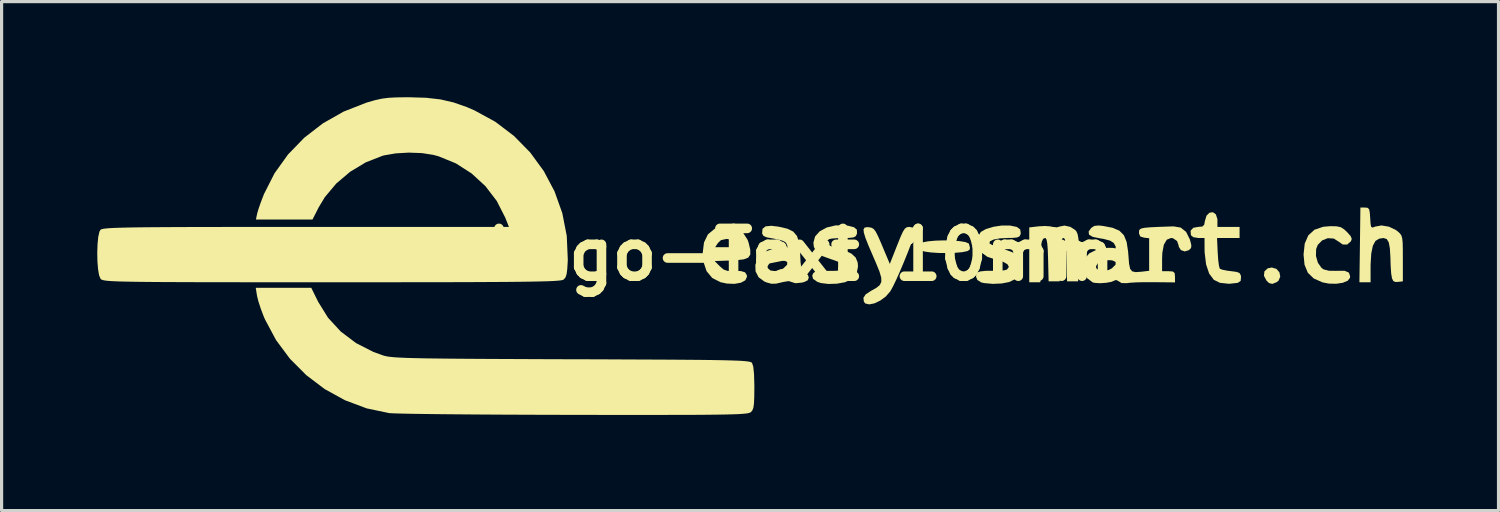
<source format=kicad_pcb>
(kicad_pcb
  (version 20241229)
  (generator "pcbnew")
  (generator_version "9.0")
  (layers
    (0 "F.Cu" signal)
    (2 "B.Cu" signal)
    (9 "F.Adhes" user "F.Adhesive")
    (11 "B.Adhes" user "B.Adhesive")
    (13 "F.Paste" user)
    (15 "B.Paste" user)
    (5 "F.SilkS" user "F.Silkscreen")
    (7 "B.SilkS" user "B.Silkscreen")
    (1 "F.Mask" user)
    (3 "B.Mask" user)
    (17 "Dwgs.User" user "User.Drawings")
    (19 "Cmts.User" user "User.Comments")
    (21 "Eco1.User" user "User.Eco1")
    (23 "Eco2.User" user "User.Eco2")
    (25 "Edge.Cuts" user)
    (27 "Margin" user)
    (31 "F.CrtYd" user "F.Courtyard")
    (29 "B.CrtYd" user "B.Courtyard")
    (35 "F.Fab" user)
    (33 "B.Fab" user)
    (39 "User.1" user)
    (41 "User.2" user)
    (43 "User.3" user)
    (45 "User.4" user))
  (footprint "e-Logo-Text 10mm"
    (layer "F.Cu")
    (at 20.491 4.934)
    (property "Reference" "e-Logo-Text 10mm" (at 0 0 0) (layer "F.SilkS") (effects (font (size 1.5 1.5) (thickness 0.3))))
    (attr board_only exclude_from_pos_files exclude_from_bom)
    (fp_poly (pts (xy 16.49 0.449) (xy 16.582 0.556) (xy 16.608 0.69) (xy 16.558 0.814) (xy 16.494 0.866) (xy 16.357 0.92) (xy 16.256 0.892) (xy 16.18 0.82) (xy 16.097 0.667) (xy 16.112 0.527) (xy 16.214 0.431) (xy 16.345 0.405)) (stroke (width 0) (type solid)) (fill yes) (layer "F.SilkS"))
    (fp_poly (pts (xy 6.317 -0.44) (xy 6.555 -0.422) (xy 6.738 -0.392) (xy 6.838 -0.348) (xy 6.845 -0.341) (xy 6.878 -0.214) (xy 6.867 -0.153) (xy 6.795 -0.108) (xy 6.635 -0.076) (xy 6.413 -0.056) (xy 6.158 -0.048) (xy 5.896 -0.051) (xy 5.654 -0.067) (xy 5.458 -0.094) (xy 5.338 -0.134) (xy 5.319 -0.149) (xy 5.274 -0.261) (xy 5.304 -0.338) (xy 5.389 -0.383) (xy 5.562 -0.416) (xy 5.793 -0.437) (xy 6.054 -0.445)) (stroke (width 0) (type solid)) (fill yes) (layer "F.SilkS"))
    (fp_poly (pts (xy 18.373 -0.887) (xy 18.506 -0.859) (xy 18.614 -0.79) (xy 18.702 -0.708) (xy 18.816 -0.58) (xy 18.851 -0.492) (xy 18.826 -0.419) (xy 18.707 -0.314) (xy 18.566 -0.317) (xy 18.449 -0.4) (xy 18.286 -0.503) (xy 18.099 -0.514) (xy 17.921 -0.444) (xy 17.785 -0.304) (xy 17.734 -0.174) (xy 17.728 0.044) (xy 17.789 0.256) (xy 17.903 0.418) (xy 17.963 0.462) (xy 18.133 0.507) (xy 18.371 0.51) (xy 18.395 0.508) (xy 18.626 0.508) (xy 18.759 0.564) (xy 18.8 0.678) (xy 18.794 0.732) (xy 18.723 0.821) (xy 18.569 0.884) (xy 18.362 0.915) (xy 18.133 0.91) (xy 17.933 0.871) (xy 17.658 0.749) (xy 17.473 0.569) (xy 17.37 0.319) (xy 17.339 0) (xy 17.376 -0.345) (xy 17.489 -0.604) (xy 17.681 -0.779) (xy 17.954 -0.872) (xy 18.171 -0.891)) (stroke (width 0) (type solid)) (fill yes) (layer "F.SilkS"))
    (fp_poly (pts (xy 19.349 -1.467) (xy 19.395 -1.421) (xy 19.417 -1.312) (xy 19.429 -1.145) (xy 19.441 -0.96) (xy 19.461 -0.869) (xy 19.502 -0.847) (xy 19.576 -0.874) (xy 19.584 -0.878) (xy 19.784 -0.914) (xy 20.017 -0.875) (xy 20.236 -0.77) (xy 20.294 -0.726) (xy 20.36 -0.665) (xy 20.405 -0.603) (xy 20.432 -0.516) (xy 20.447 -0.382) (xy 20.452 -0.179) (xy 20.453 0.117) (xy 20.453 0.125) (xy 20.453 0.839) (xy 20.296 0.857) (xy 20.211 0.858) (xy 20.151 0.825) (xy 20.112 0.742) (xy 20.087 0.591) (xy 20.071 0.355) (xy 20.063 0.093) (xy 20.046 -0.195) (xy 20.011 -0.384) (xy 19.948 -0.487) (xy 19.848 -0.519) (xy 19.712 -0.5) (xy 19.595 -0.429) (xy 19.513 -0.278) (xy 19.463 -0.038) (xy 19.442 0.303) (xy 19.441 0.419) (xy 19.441 0.868) (xy 19.266 0.868) (xy 19.091 0.868) (xy 19.107 -0.304) (xy 19.122 -1.475) (xy 19.267 -1.475)) (stroke (width 0) (type solid)) (fill yes) (layer "F.SilkS"))
    (fp_poly (pts (xy -0.457 -0.844) (xy -0.242 -0.693) (xy -0.093 -0.458) (xy -0.063 -0.369) (xy -0.012 -0.15) (xy -0.011 0.000147) (xy -0.076 0.096) (xy -0.219 0.15) (xy -0.456 0.177) (xy -0.639 0.186) (xy -1.128 0.203) (xy -0.968 0.366) (xy -0.847 0.469) (xy -0.722 0.512) (xy -0.539 0.515) (xy -0.531 0.514) (xy -0.307 0.516) (xy -0.177 0.556) (xy -0.121 0.641) (xy -0.116 0.699) (xy -0.168 0.807) (xy -0.306 0.882) (xy -0.506 0.918) (xy -0.743 0.909) (xy -0.946 0.866) (xy -1.204 0.735) (xy -1.383 0.519) (xy -1.483 0.221) (xy -1.504 -0.046) (xy -1.482 -0.231) (xy -1.113 -0.231) (xy -0.752 -0.231) (xy -0.391 -0.231) (xy -0.477 -0.362) (xy -0.604 -0.468) (xy -0.752 -0.492) (xy -0.931 -0.453) (xy -1.027 -0.362) (xy -1.113 -0.231) (xy -1.482 -0.231) (xy -1.463 -0.381) (xy -1.341 -0.633) (xy -1.136 -0.804) (xy -1.017 -0.855) (xy -0.721 -0.901)) (stroke (width 0) (type solid)) (fill yes) (layer "F.SilkS"))
    (fp_poly (pts (xy 14.589 -1.262) (xy 14.637 -1.113) (xy 14.638 -1.072) (xy 14.638 -0.868) (xy 14.985 -0.868) (xy 15.333 -0.868) (xy 15.333 -0.694) (xy 15.333 -0.521) (xy 14.979 -0.521) (xy 14.626 -0.521) (xy 14.647 -0.062) (xy 14.662 0.159) (xy 14.684 0.335) (xy 14.709 0.434) (xy 14.714 0.443) (xy 14.795 0.475) (xy 14.949 0.505) (xy 15.061 0.519) (xy 15.239 0.543) (xy 15.332 0.58) (xy 15.37 0.646) (xy 15.379 0.701) (xy 15.367 0.825) (xy 15.277 0.885) (xy 15.263 0.888) (xy 15.003 0.916) (xy 14.718 0.886) (xy 14.525 0.791) (xy 14.379 0.596) (xy 14.282 0.307) (xy 14.237 -0.068) (xy 14.235 -0.188) (xy 14.233 -0.521) (xy 14.037 -0.521) (xy 13.879 -0.546) (xy 13.807 -0.608) (xy 13.796 -0.751) (xy 13.883 -0.841) (xy 14.033 -0.868) (xy 14.167 -0.88) (xy 14.225 -0.94) (xy 14.244 -1.05) (xy 14.296 -1.221) (xy 14.39 -1.314) (xy 14.497 -1.329)) (stroke (width 0) (type solid)) (fill yes) (layer "F.SilkS"))
    (fp_poly (pts (xy 10.026 -0.869) (xy 10.179 -0.77) (xy 10.216 -0.726) (xy 10.254 -0.639) (xy 10.278 -0.507) (xy 10.289 -0.309) (xy 10.289 -0.024) (xy 10.286 0.123) (xy 10.27 0.839) (xy 10.096 0.839) (xy 9.923 0.839) (xy 9.906 0.159) (xy 9.897 -0.14) (xy 9.882 -0.341) (xy 9.861 -0.46) (xy 9.831 -0.513) (xy 9.807 -0.521) (xy 9.77 -0.499) (xy 9.744 -0.422) (xy 9.725 -0.273) (xy 9.713 -0.036) (xy 9.708 0.159) (xy 9.691 0.839) (xy 9.518 0.839) (xy 9.344 0.839) (xy 9.328 0.159) (xy 9.318 -0.145) (xy 9.302 -0.349) (xy 9.28 -0.468) (xy 9.248 -0.517) (xy 9.233 -0.521) (xy 9.172 -0.494) (xy 9.13 -0.404) (xy 9.102 -0.238) (xy 9.088 0.019) (xy 9.085 0.304) (xy 9.084 0.868) (xy 8.91 0.868) (xy 8.737 0.868) (xy 8.737 0.008) (xy 8.737 -0.852) (xy 9.029 -0.886) (xy 9.226 -0.897) (xy 9.396 -0.885) (xy 9.451 -0.871) (xy 9.607 -0.854) (xy 9.682 -0.878) (xy 9.843 -0.91)) (stroke (width 0) (type solid)) (fill yes) (layer "F.SilkS"))
    (fp_poly (pts (xy 5.105 -0.843) (xy 5.167 -0.791) (xy 5.156 -0.711) (xy 5.106 -0.547) (xy 5.025 -0.32) (xy 4.922 -0.053) (xy 4.806 0.233) (xy 4.686 0.517) (xy 4.57 0.778) (xy 4.466 0.994) (xy 4.385 1.143) (xy 4.376 1.156) (xy 4.236 1.317) (xy 4.062 1.444) (xy 3.88 1.53) (xy 3.715 1.562) (xy 3.594 1.533) (xy 3.551 1.477) (xy 3.536 1.355) (xy 3.607 1.248) (xy 3.775 1.137) (xy 3.788 1.13) (xy 3.946 1.041) (xy 4.049 0.956) (xy 4.098 0.856) (xy 4.095 0.721) (xy 4.04 0.533) (xy 3.934 0.272) (xy 3.844 0.064) (xy 3.699 -0.273) (xy 3.601 -0.52) (xy 3.549 -0.689) (xy 3.54 -0.793) (xy 3.574 -0.846) (xy 3.648 -0.861) (xy 3.709 -0.857) (xy 3.792 -0.842) (xy 3.858 -0.803) (xy 3.922 -0.72) (xy 3.997 -0.573) (xy 4.097 -0.344) (xy 4.126 -0.274) (xy 4.364 0.292) (xy 4.593 -0.288) (xy 4.696 -0.545) (xy 4.772 -0.713) (xy 4.833 -0.81) (xy 4.892 -0.855) (xy 4.961 -0.868) (xy 4.979 -0.868)) (stroke (width 0) (type solid)) (fill yes) (layer "F.SilkS"))
    (fp_poly (pts (xy 3.05 -0.906) (xy 3.242 -0.857) (xy 3.332 -0.78) (xy 3.335 -0.664) (xy 3.329 -0.642) (xy 3.294 -0.575) (xy 3.223 -0.538) (xy 3.088 -0.523) (xy 2.923 -0.521) (xy 2.715 -0.515) (xy 2.546 -0.502) (xy 2.464 -0.486) (xy 2.378 -0.42) (xy 2.394 -0.343) (xy 2.505 -0.269) (xy 2.618 -0.231) (xy 2.938 -0.135) (xy 3.158 -0.032) (xy 3.292 0.091) (xy 3.356 0.246) (xy 3.367 0.376) (xy 3.321 0.604) (xy 3.179 0.768) (xy 2.957 0.867) (xy 2.702 0.913) (xy 2.435 0.921) (xy 2.201 0.892) (xy 2.087 0.853) (xy 1.956 0.759) (xy 1.931 0.657) (xy 1.965 0.58) (xy 2.031 0.531) (xy 2.162 0.509) (xy 2.383 0.511) (xy 2.395 0.511) (xy 2.69 0.509) (xy 2.882 0.474) (xy 2.968 0.416) (xy 2.947 0.339) (xy 2.816 0.252) (xy 2.572 0.161) (xy 2.529 0.148) (xy 2.249 0.046) (xy 2.072 -0.079) (xy 1.983 -0.238) (xy 1.967 -0.371) (xy 2.02 -0.568) (xy 2.167 -0.731) (xy 2.387 -0.85) (xy 2.661 -0.915) (xy 2.97 -0.917)) (stroke (width 0) (type solid)) (fill yes) (layer "F.SilkS"))
    (fp_poly (pts (xy 8.138 -0.91) (xy 8.346 -0.867) (xy 8.453 -0.79) (xy 8.471 -0.668) (xy 8.462 -0.63) (xy 8.43 -0.57) (xy 8.354 -0.536) (xy 8.208 -0.523) (xy 8.061 -0.521) (xy 7.809 -0.508) (xy 7.618 -0.471) (xy 7.505 -0.418) (xy 7.489 -0.353) (xy 7.491 -0.35) (xy 7.558 -0.31) (xy 7.705 -0.251) (xy 7.903 -0.185) (xy 7.924 -0.178) (xy 8.203 -0.075) (xy 8.382 0.044) (xy 8.478 0.192) (xy 8.505 0.383) (xy 8.453 0.601) (xy 8.299 0.768) (xy 8.106 0.861) (xy 7.873 0.906) (xy 7.592 0.918) (xy 7.325 0.894) (xy 7.233 0.874) (xy 7.11 0.797) (xy 7.063 0.681) (xy 7.108 0.565) (xy 7.112 0.56) (xy 7.205 0.527) (xy 7.381 0.509) (xy 7.566 0.509) (xy 7.777 0.509) (xy 7.947 0.494) (xy 8.036 0.47) (xy 8.098 0.388) (xy 8.053 0.303) (xy 7.912 0.224) (xy 7.726 0.169) (xy 7.427 0.072) (xy 7.232 -0.067) (xy 7.133 -0.253) (xy 7.117 -0.393) (xy 7.148 -0.596) (xy 7.218 -0.71) (xy 7.377 -0.801) (xy 7.609 -0.871) (xy 7.871 -0.911) (xy 8.121 -0.912)) (stroke (width 0) (type solid)) (fill yes) (layer "F.SilkS"))
    (fp_poly (pts (xy 0.879 -0.875) (xy 1.15 -0.812) (xy 1.336 -0.721) (xy 1.454 -0.582) (xy 1.52 -0.373) (xy 1.55 -0.074) (xy 1.553 -0.01) (xy 1.565 0.237) (xy 1.584 0.394) (xy 1.614 0.485) (xy 1.662 0.534) (xy 1.698 0.553) (xy 1.796 0.639) (xy 1.823 0.721) (xy 1.79 0.806) (xy 1.675 0.862) (xy 1.598 0.88) (xy 1.404 0.898) (xy 1.298 0.865) (xy 1.194 0.831) (xy 1.02 0.859) (xy 1.002 0.864) (xy 0.799 0.911) (xy 0.65 0.915) (xy 0.5 0.873) (xy 0.429 0.844) (xy 0.249 0.711) (xy 0.154 0.526) (xy 0.149 0.368) (xy 0.53 0.368) (xy 0.538 0.426) (xy 0.621 0.499) (xy 0.766 0.518) (xy 0.931 0.482) (xy 1.029 0.431) (xy 1.143 0.319) (xy 1.147 0.233) (xy 1.043 0.182) (xy 0.937 0.174) (xy 0.734 0.2) (xy 0.591 0.269) (xy 0.53 0.368) (xy 0.149 0.368) (xy 0.148 0.316) (xy 0.232 0.109) (xy 0.349 -0.022) (xy 0.492 -0.106) (xy 0.683 -0.174) (xy 0.879 -0.215) (xy 1.039 -0.221) (xy 1.099 -0.203) (xy 1.148 -0.203) (xy 1.153 -0.268) (xy 1.119 -0.353) (xy 1.08 -0.397) (xy 0.982 -0.441) (xy 0.813 -0.484) (xy 0.689 -0.506) (xy 0.501 -0.541) (xy 0.401 -0.586) (xy 0.362 -0.656) (xy 0.359 -0.671) (xy 0.372 -0.808) (xy 0.467 -0.885) (xy 0.65 -0.903)) (stroke (width 0) (type solid)) (fill yes) (layer "F.SilkS"))
    (fp_poly (pts (xy -13.561 1.485) (xy -13.253 1.981) (xy -12.853 2.415) (xy -12.374 2.776) (xy -11.827 3.055) (xy -11.513 3.167) (xy -11.452 3.183) (xy -11.375 3.198) (xy -11.277 3.21) (xy -11.149 3.222) (xy -10.986 3.231) (xy -10.778 3.24) (xy -10.521 3.247) (xy -10.206 3.254) (xy -9.826 3.259) (xy -9.375 3.264) (xy -8.845 3.268) (xy -8.229 3.272) (xy -7.519 3.275) (xy -6.71 3.279) (xy -5.793 3.282) (xy -5.612 3.282) (xy -4.68 3.285) (xy -3.857 3.289) (xy -3.136 3.292) (xy -2.51 3.295) (xy -1.972 3.299) (xy -1.517 3.303) (xy -1.136 3.308) (xy -0.823 3.314) (xy -0.571 3.321) (xy -0.374 3.328) (xy -0.224 3.337) (xy -0.116 3.348) (xy -0.041 3.359) (xy 0.007 3.373) (xy 0.034 3.388) (xy 0.043 3.397) (xy 0.082 3.515) (xy 0.106 3.748) (xy 0.116 4.096) (xy 0.116 4.168) (xy 0.113 4.465) (xy 0.104 4.669) (xy 0.086 4.802) (xy 0.054 4.885) (xy 0.01 4.938) (xy -0.015 4.954) (xy -0.056 4.968) (xy -0.12 4.981) (xy -0.215 4.991) (xy -0.346 5.001) (xy -0.522 5.008) (xy -0.749 5.014) (xy -1.034 5.019) (xy -1.383 5.023) (xy -1.805 5.026) (xy -2.305 5.027) (xy -2.891 5.028) (xy -3.57 5.028) (xy -4.348 5.028) (xy -5.233 5.027) (xy -5.53 5.026) (xy -6.322 5.025) (xy -7.087 5.022) (xy -7.817 5.019) (xy -8.502 5.015) (xy -9.134 5.01) (xy -9.705 5.005) (xy -10.205 4.999) (xy -10.626 4.993) (xy -10.959 4.986) (xy -11.195 4.979) (xy -11.325 4.972) (xy -11.337 4.971) (xy -12.045 4.822) (xy -12.722 4.568) (xy -13.356 4.219) (xy -13.935 3.782) (xy -14.448 3.267) (xy -14.883 2.683) (xy -15.228 2.039) (xy -15.268 1.946) (xy -15.36 1.706) (xy -15.436 1.472) (xy -15.481 1.292) (xy -15.482 1.282) (xy -15.521 1.041) (xy -14.651 1.041) (xy -13.78 1.041)) (stroke (width 0) (type solid)) (fill yes) (layer "F.SilkS"))
    (fp_poly (pts (xy 11.046 -0.899) (xy 11.349 -0.841) (xy 11.563 -0.75) (xy 11.705 -0.608) (xy 11.791 -0.395) (xy 11.837 -0.094) (xy 11.847 0.033) (xy 11.867 0.286) (xy 11.9 0.444) (xy 11.963 0.525) (xy 12.073 0.55) (xy 12.248 0.538) (xy 12.281 0.534) (xy 12.497 0.508) (xy 12.497 -0.002) (xy 12.497 -0.513) (xy 12.338 -0.531) (xy 12.219 -0.568) (xy 12.18 -0.662) (xy 12.179 -0.694) (xy 12.182 -0.749) (xy 12.202 -0.79) (xy 12.254 -0.819) (xy 12.354 -0.84) (xy 12.516 -0.855) (xy 12.757 -0.867) (xy 13.091 -0.879) (xy 13.261 -0.885) (xy 13.487 -0.847) (xy 13.655 -0.713) (xy 13.772 -0.478) (xy 13.782 -0.446) (xy 13.82 -0.294) (xy 13.811 -0.207) (xy 13.749 -0.143) (xy 13.745 -0.14) (xy 13.614 -0.099) (xy 13.493 -0.141) (xy 13.426 -0.246) (xy 13.423 -0.28) (xy 13.373 -0.425) (xy 13.248 -0.511) (xy 13.184 -0.521) (xy 13.05 -0.467) (xy 12.958 -0.31) (xy 12.91 -0.054) (xy 12.903 0.129) (xy 12.903 0.521) (xy 13.105 0.521) (xy 13.241 0.53) (xy 13.297 0.58) (xy 13.308 0.696) (xy 13.308 0.872) (xy 12.628 0.865) (xy 12.344 0.865) (xy 12.09 0.871) (xy 11.895 0.883) (xy 11.797 0.896) (xy 11.63 0.893) (xy 11.559 0.847) (xy 11.469 0.797) (xy 11.42 0.809) (xy 11.318 0.854) (xy 11.147 0.885) (xy 10.955 0.898) (xy 10.788 0.887) (xy 10.725 0.871) (xy 10.552 0.74) (xy 10.442 0.537) (xy 10.416 0.368) (xy 10.829 0.368) (xy 10.837 0.426) (xy 10.92 0.499) (xy 11.065 0.518) (xy 11.23 0.482) (xy 11.327 0.431) (xy 11.442 0.319) (xy 11.446 0.233) (xy 11.342 0.182) (xy 11.236 0.174) (xy 11.033 0.2) (xy 10.89 0.269) (xy 10.829 0.368) (xy 10.416 0.368) (xy 10.415 0.359) (xy 10.468 0.138) (xy 10.619 -0.038) (xy 10.856 -0.156) (xy 11.039 -0.195) (xy 11.221 -0.212) (xy 11.357 -0.211) (xy 11.4 -0.201) (xy 11.45 -0.197) (xy 11.443 -0.262) (xy 11.384 -0.366) (xy 11.271 -0.438) (xy 11.061 -0.493) (xy 10.965 -0.507) (xy 10.732 -0.554) (xy 10.611 -0.625) (xy 10.599 -0.723) (xy 10.681 -0.837) (xy 10.777 -0.899) (xy 10.914 -0.913)) (stroke (width 0) (type solid)) (fill yes) (layer "F.SilkS"))
    (fp_poly (pts (xy -10.18 -4.918) (xy -9.73 -4.867) (xy -9.316 -4.771) (xy -8.899 -4.625) (xy -8.661 -4.522) (xy -8.007 -4.165) (xy -7.423 -3.721) (xy -6.914 -3.203) (xy -6.487 -2.619) (xy -6.15 -1.982) (xy -5.907 -1.3) (xy -5.767 -0.585) (xy -5.735 0.153) (xy -5.736 0.197) (xy -5.751 0.453) (xy -5.773 0.619) (xy -5.809 0.72) (xy -5.865 0.782) (xy -5.869 0.786) (xy -5.899 0.798) (xy -5.958 0.809) (xy -6.051 0.819) (xy -6.185 0.828) (xy -6.364 0.836) (xy -6.595 0.842) (xy -6.883 0.848) (xy -7.235 0.853) (xy -7.655 0.857) (xy -8.151 0.86) (xy -8.726 0.863) (xy -9.388 0.865) (xy -10.143 0.866) (xy -10.994 0.867) (xy -11.95 0.868) (xy -13.015 0.868) (xy -13.136 0.868) (xy -14.195 0.868) (xy -15.144 0.868) (xy -15.99 0.867) (xy -16.738 0.866) (xy -17.395 0.865) (xy -17.966 0.863) (xy -18.459 0.861) (xy -18.878 0.858) (xy -19.23 0.854) (xy -19.52 0.849) (xy -19.756 0.844) (xy -19.943 0.837) (xy -20.088 0.829) (xy -20.195 0.82) (xy -20.272 0.809) (xy -20.324 0.797) (xy -20.358 0.784) (xy -20.379 0.769) (xy -20.386 0.762) (xy -20.433 0.651) (xy -20.466 0.457) (xy -20.486 0.209) (xy -20.491 -0.063) (xy -20.482 -0.328) (xy -20.459 -0.558) (xy -20.422 -0.721) (xy -20.391 -0.777) (xy -20.368 -0.791) (xy -20.326 -0.804) (xy -20.257 -0.815) (xy -20.156 -0.825) (xy -20.016 -0.834) (xy -19.831 -0.841) (xy -19.595 -0.847) (xy -19.301 -0.853) (xy -18.943 -0.857) (xy -18.515 -0.86) (xy -18.01 -0.863) (xy -17.422 -0.865) (xy -16.745 -0.866) (xy -15.972 -0.867) (xy -15.097 -0.868) (xy -14.114 -0.868) (xy -13.941 -0.868) (xy -7.581 -0.868) (xy -7.697 -1.161) (xy -7.962 -1.681) (xy -8.319 -2.147) (xy -8.752 -2.545) (xy -9.245 -2.861) (xy -9.784 -3.081) (xy -9.952 -3.127) (xy -10.312 -3.183) (xy -10.722 -3.198) (xy -11.133 -3.174) (xy -11.493 -3.112) (xy -11.543 -3.099) (xy -12.07 -2.893) (xy -12.561 -2.597) (xy -12.996 -2.228) (xy -13.353 -1.803) (xy -13.542 -1.49) (xy -13.741 -1.1) (xy -14.628 -1.1) (xy -15.515 -1.099) (xy -15.476 -1.287) (xy -15.434 -1.432) (xy -15.361 -1.642) (xy -15.272 -1.873) (xy -15.26 -1.903) (xy -14.932 -2.549) (xy -14.509 -3.139) (xy -14 -3.664) (xy -13.415 -4.116) (xy -12.766 -4.484) (xy -12.06 -4.761) (xy -12.006 -4.778) (xy -11.77 -4.845) (xy -11.564 -4.89) (xy -11.354 -4.917) (xy -11.104 -4.93) (xy -10.781 -4.934) (xy -10.704 -4.934)) (stroke (width 0) (type solid)) (fill yes) (layer "F.SilkS")))
  (gr_rect
    (start -3 -3)
    (end 43.944 12.962)
    (stroke (width 0.1) (type default))
    (fill no)
    (layer "Edge.Cuts")))
</source>
